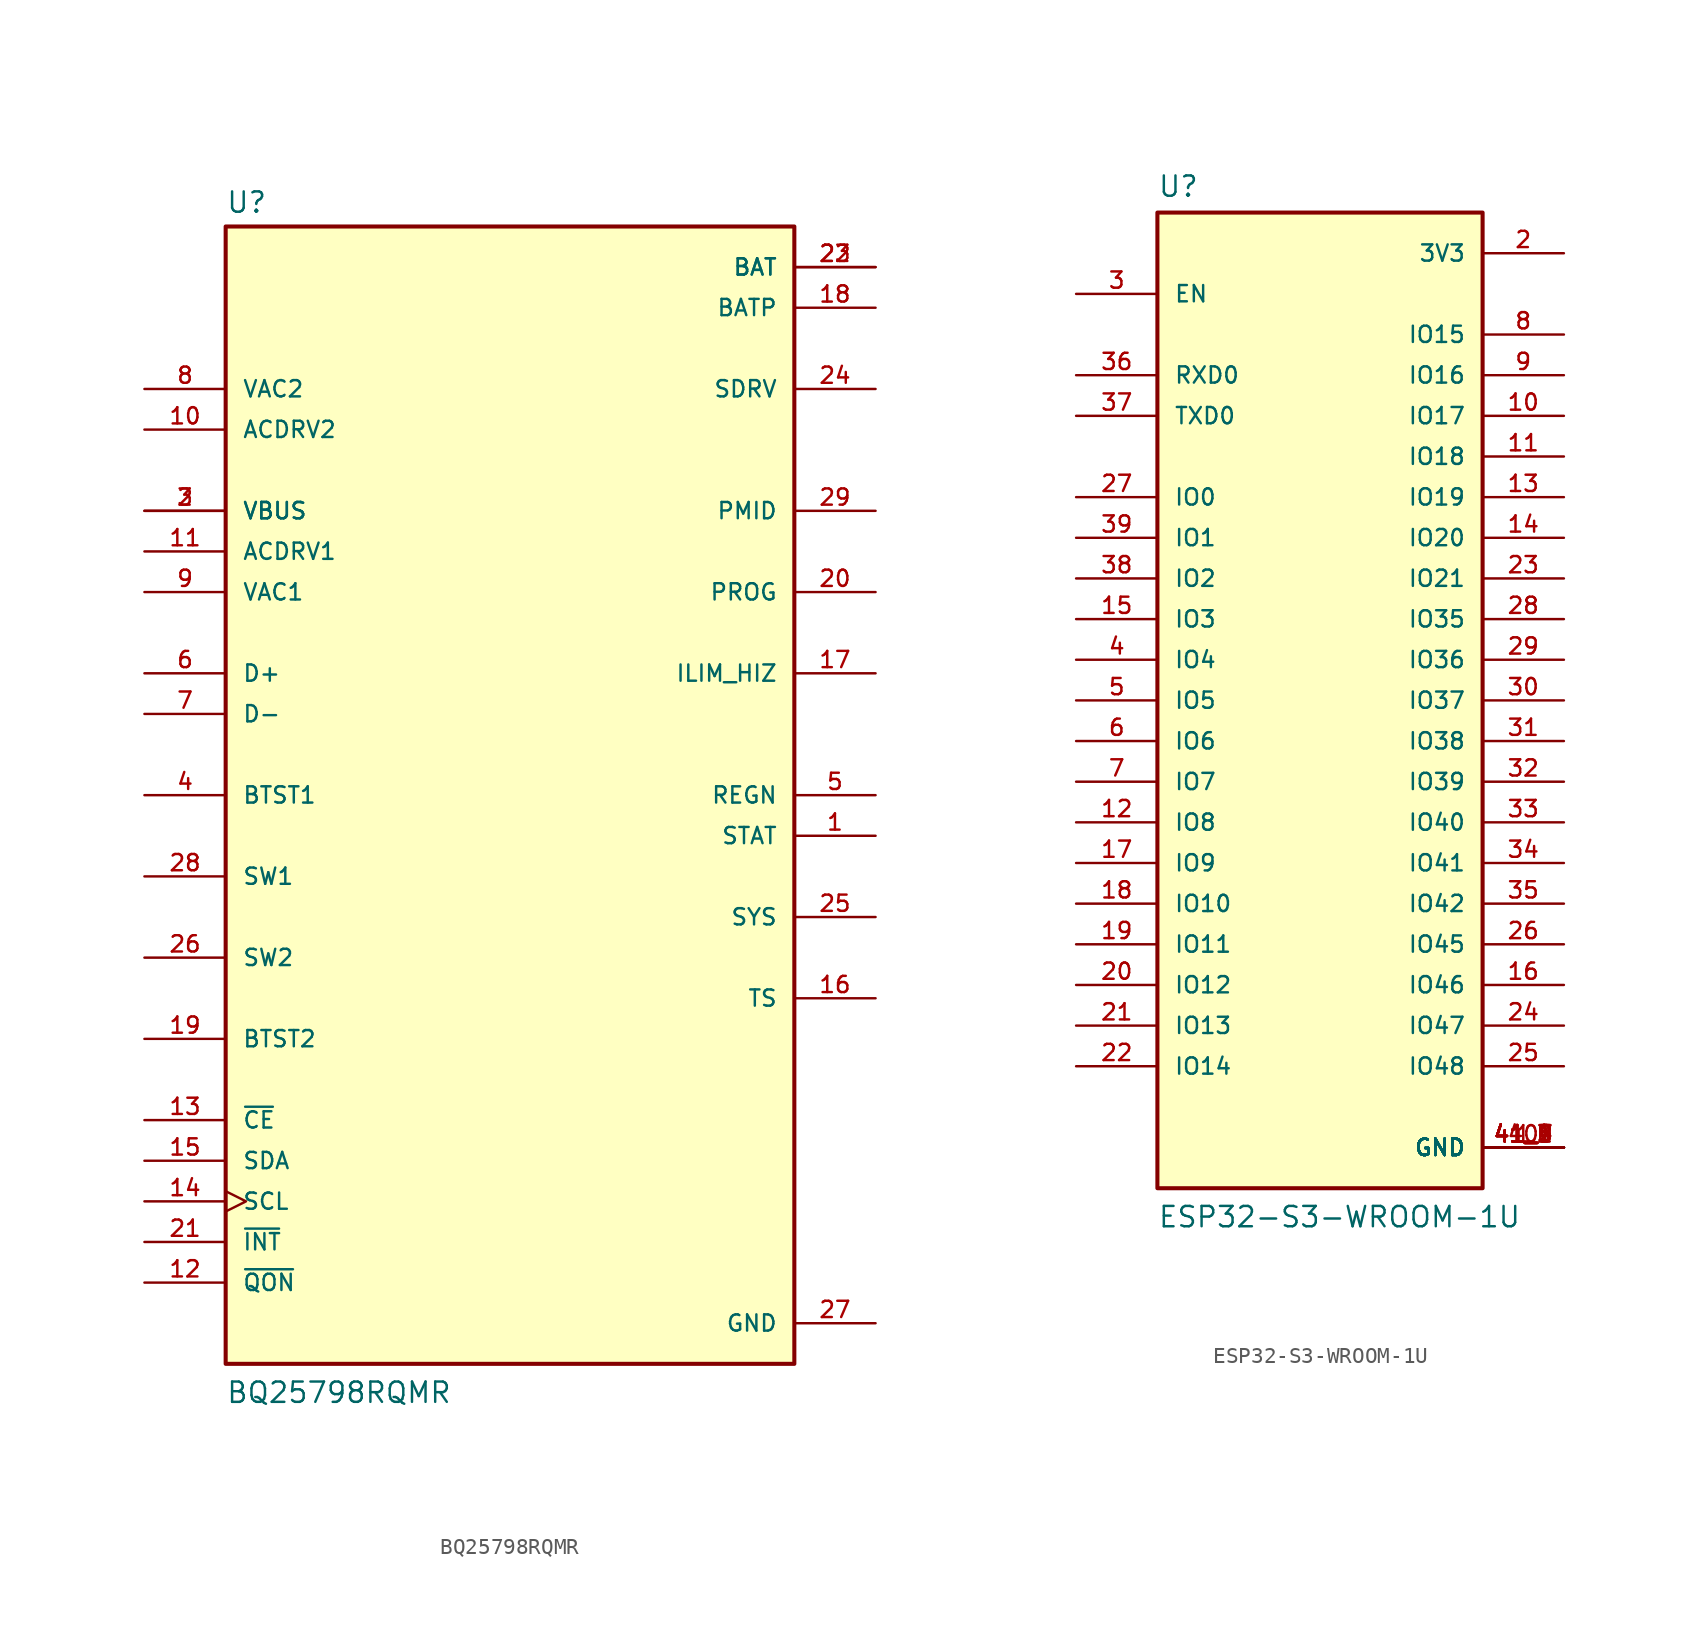
<source format=kicad_sym>
(kicad_symbol_lib
  (version 20231120)
  (generator "kicad_symbol_editor")
  (generator_version "8.0")
  (symbol "BQ25798RQMR"
    (pin_names
      (offset 1.016))
    (property "Reference" "U"
      (at 11.43 79.502 0)
      (effects (font (size 1.27 1.27)) (justify left bottom)))
    (property "Value" "BQ25798RQMR"
      (at 11.43 5.08 0)
      (effects (font (size 1.27 1.27)) (justify left bottom)))
    (symbol "BQ25798RQMR_0_0"
      (rectangle (start 11.43 78.74) (end 46.99 7.62) (stroke (width 0.254) (type default)) (fill (type background)))
      (pin output line (at 52.07 40.64 180) (length 5.08) (name "STAT" (effects (font (size 1.016 1.016)))) (number "1" (effects (font (size 1.016 1.016)))))
      (pin input line (at 6.35 66.04 0) (length 5.08) (name "ACDRV2" (effects (font (size 1.016 1.016)))) (number "10" (effects (font (size 1.016 1.016)))))
      (pin input line (at 6.35 58.42 0) (length 5.08) (name "ACDRV1" (effects (font (size 1.016 1.016)))) (number "11" (effects (font (size 1.016 1.016)))))
      (pin input line (at 6.35 12.7 0) (length 5.08) (name "~{QON}" (effects (font (size 1.016 1.016)))) (number "12" (effects (font (size 1.016 1.016)))))
      (pin input line (at 6.35 22.86 0) (length 5.08) (name "~{CE}" (effects (font (size 1.016 1.016)))) (number "13" (effects (font (size 1.016 1.016)))))
      (pin input clock (at 6.35 17.78 0) (length 5.08) (name "SCL" (effects (font (size 1.016 1.016)))) (number "14" (effects (font (size 1.016 1.016)))))
      (pin bidirectional line (at 6.35 20.32 0) (length 5.08) (name "SDA" (effects (font (size 1.016 1.016)))) (number "15" (effects (font (size 1.016 1.016)))))
      (pin input line (at 52.07 30.48 180) (length 5.08) (name "TS" (effects (font (size 1.016 1.016)))) (number "16" (effects (font (size 1.016 1.016)))))
      (pin input line (at 52.07 50.8 180) (length 5.08) (name "ILIM_HIZ" (effects (font (size 1.016 1.016)))) (number "17" (effects (font (size 1.016 1.016)))))
      (pin power_in line (at 52.07 73.66 180) (length 5.08) (name "BATP" (effects (font (size 1.016 1.016)))) (number "18" (effects (font (size 1.016 1.016)))))
      (pin output line (at 6.35 27.94 0) (length 5.08) (name "BTST2" (effects (font (size 1.016 1.016)))) (number "19" (effects (font (size 1.016 1.016)))))
      (pin input line (at 6.35 60.96 0) (length 5.08) (name "VBUS" (effects (font (size 1.016 1.016)))) (number "2" (effects (font (size 1.016 1.016)))))
      (pin input line (at 52.07 55.88 180) (length 5.08) (name "PROG" (effects (font (size 1.016 1.016)))) (number "20" (effects (font (size 1.016 1.016)))))
      (pin output line (at 6.35 15.24 0) (length 5.08) (name "~{INT}" (effects (font (size 1.016 1.016)))) (number "21" (effects (font (size 1.016 1.016)))))
      (pin power_in line (at 52.07 76.2 180) (length 5.08) (name "BAT" (effects (font (size 1.016 1.016)))) (number "22" (effects (font (size 1.016 1.016)))))
      (pin power_in line (at 52.07 76.2 180) (length 5.08) (name "BAT" (effects (font (size 1.016 1.016)))) (number "23" (effects (font (size 1.016 1.016)))))
      (pin output line (at 52.07 68.58 180) (length 5.08) (name "SDRV" (effects (font (size 1.016 1.016)))) (number "24" (effects (font (size 1.016 1.016)))))
      (pin output line (at 52.07 35.56 180) (length 5.08) (name "SYS" (effects (font (size 1.016 1.016)))) (number "25" (effects (font (size 1.016 1.016)))))
      (pin passive line (at 6.35 33.02 0) (length 5.08) (name "SW2" (effects (font (size 1.016 1.016)))) (number "26" (effects (font (size 1.016 1.016)))))
      (pin power_in line (at 52.07 10.16 180) (length 5.08) (name "GND" (effects (font (size 1.016 1.016)))) (number "27" (effects (font (size 1.016 1.016)))))
      (pin passive line (at 6.35 38.1 0) (length 5.08) (name "SW1" (effects (font (size 1.016 1.016)))) (number "28" (effects (font (size 1.016 1.016)))))
      (pin passive line (at 52.07 60.96 180) (length 5.08) (name "PMID" (effects (font (size 1.016 1.016)))) (number "29" (effects (font (size 1.016 1.016)))))
      (pin input line (at 6.35 60.96 0) (length 5.08) (name "VBUS" (effects (font (size 1.016 1.016)))) (number "3" (effects (font (size 1.016 1.016)))))
      (pin input line (at 6.35 43.18 0) (length 5.08) (name "BTST1" (effects (font (size 1.016 1.016)))) (number "4" (effects (font (size 1.016 1.016)))))
      (pin output line (at 52.07 43.18 180) (length 5.08) (name "REGN" (effects (font (size 1.016 1.016)))) (number "5" (effects (font (size 1.016 1.016)))))
      (pin bidirectional line (at 6.35 50.8 0) (length 5.08) (name "D+" (effects (font (size 1.016 1.016)))) (number "6" (effects (font (size 1.016 1.016)))))
      (pin bidirectional line (at 6.35 48.26 0) (length 5.08) (name "D-" (effects (font (size 1.016 1.016)))) (number "7" (effects (font (size 1.016 1.016)))))
      (pin input line (at 6.35 68.58 0) (length 5.08) (name "VAC2" (effects (font (size 1.016 1.016)))) (number "8" (effects (font (size 1.016 1.016)))))
      (pin input line (at 6.35 55.88 0) (length 5.08) (name "VAC1" (effects (font (size 1.016 1.016)))) (number "9" (effects (font (size 1.016 1.016)))))))
  (symbol "ESP32-S3-WROOM-1U"
    (pin_names
      (offset 1.016))
    (property "Reference" "U"
      (at -10.16 31.369 0)
      (effects (font (size 1.27 1.27)) (justify left bottom)))
    (property "Value" "ESP32-S3-WROOM-1U"
      (at -10.16 -33.02 0)
      (effects (font (size 1.27 1.27)) (justify left bottom)))
    (symbol "ESP32-S3-WROOM-1U_0_0"
      (rectangle (start -10.16 -30.48) (end 10.16 30.48) (stroke (width 0.254) (type default)) (fill (type background)))
      (pin power_in line (at 15.24 -27.94 180) (length 5.08) (name "GND" (effects (font (size 1.016 1.016)))) (number "1" (effects (font (size 1.016 1.016)))))
      (pin bidirectional line (at 15.24 17.78 180) (length 5.08) (name "IO17" (effects (font (size 1.016 1.016)))) (number "10" (effects (font (size 1.016 1.016)))))
      (pin bidirectional line (at 15.24 15.24 180) (length 5.08) (name "IO18" (effects (font (size 1.016 1.016)))) (number "11" (effects (font (size 1.016 1.016)))))
      (pin bidirectional line (at -15.24 -7.62 0) (length 5.08) (name "IO8" (effects (font (size 1.016 1.016)))) (number "12" (effects (font (size 1.016 1.016)))))
      (pin bidirectional line (at 15.24 12.7 180) (length 5.08) (name "IO19" (effects (font (size 1.016 1.016)))) (number "13" (effects (font (size 1.016 1.016)))))
      (pin bidirectional line (at 15.24 10.16 180) (length 5.08) (name "IO20" (effects (font (size 1.016 1.016)))) (number "14" (effects (font (size 1.016 1.016)))))
      (pin bidirectional line (at -15.24 5.08 0) (length 5.08) (name "IO3" (effects (font (size 1.016 1.016)))) (number "15" (effects (font (size 1.016 1.016)))))
      (pin bidirectional line (at 15.24 -17.78 180) (length 5.08) (name "IO46" (effects (font (size 1.016 1.016)))) (number "16" (effects (font (size 1.016 1.016)))))
      (pin bidirectional line (at -15.24 -10.16 0) (length 5.08) (name "IO9" (effects (font (size 1.016 1.016)))) (number "17" (effects (font (size 1.016 1.016)))))
      (pin bidirectional line (at -15.24 -12.7 0) (length 5.08) (name "IO10" (effects (font (size 1.016 1.016)))) (number "18" (effects (font (size 1.016 1.016)))))
      (pin bidirectional line (at -15.24 -15.24 0) (length 5.08) (name "IO11" (effects (font (size 1.016 1.016)))) (number "19" (effects (font (size 1.016 1.016)))))
      (pin power_in line (at 15.24 27.94 180) (length 5.08) (name "3V3" (effects (font (size 1.016 1.016)))) (number "2" (effects (font (size 1.016 1.016)))))
      (pin bidirectional line (at -15.24 -17.78 0) (length 5.08) (name "IO12" (effects (font (size 1.016 1.016)))) (number "20" (effects (font (size 1.016 1.016)))))
      (pin bidirectional line (at -15.24 -20.32 0) (length 5.08) (name "IO13" (effects (font (size 1.016 1.016)))) (number "21" (effects (font (size 1.016 1.016)))))
      (pin bidirectional line (at -15.24 -22.86 0) (length 5.08) (name "IO14" (effects (font (size 1.016 1.016)))) (number "22" (effects (font (size 1.016 1.016)))))
      (pin bidirectional line (at 15.24 7.62 180) (length 5.08) (name "IO21" (effects (font (size 1.016 1.016)))) (number "23" (effects (font (size 1.016 1.016)))))
      (pin bidirectional line (at 15.24 -20.32 180) (length 5.08) (name "IO47" (effects (font (size 1.016 1.016)))) (number "24" (effects (font (size 1.016 1.016)))))
      (pin bidirectional line (at 15.24 -22.86 180) (length 5.08) (name "IO48" (effects (font (size 1.016 1.016)))) (number "25" (effects (font (size 1.016 1.016)))))
      (pin bidirectional line (at 15.24 -15.24 180) (length 5.08) (name "IO45" (effects (font (size 1.016 1.016)))) (number "26" (effects (font (size 1.016 1.016)))))
      (pin bidirectional line (at -15.24 12.7 0) (length 5.08) (name "IO0" (effects (font (size 1.016 1.016)))) (number "27" (effects (font (size 1.016 1.016)))))
      (pin bidirectional line (at 15.24 5.08 180) (length 5.08) (name "IO35" (effects (font (size 1.016 1.016)))) (number "28" (effects (font (size 1.016 1.016)))))
      (pin bidirectional line (at 15.24 2.54 180) (length 5.08) (name "IO36" (effects (font (size 1.016 1.016)))) (number "29" (effects (font (size 1.016 1.016)))))
      (pin input line (at -15.24 25.4 0) (length 5.08) (name "EN" (effects (font (size 1.016 1.016)))) (number "3" (effects (font (size 1.016 1.016)))))
      (pin bidirectional line (at 15.24 0 180) (length 5.08) (name "IO37" (effects (font (size 1.016 1.016)))) (number "30" (effects (font (size 1.016 1.016)))))
      (pin bidirectional line (at 15.24 -2.54 180) (length 5.08) (name "IO38" (effects (font (size 1.016 1.016)))) (number "31" (effects (font (size 1.016 1.016)))))
      (pin bidirectional line (at 15.24 -5.08 180) (length 5.08) (name "IO39" (effects (font (size 1.016 1.016)))) (number "32" (effects (font (size 1.016 1.016)))))
      (pin bidirectional line (at 15.24 -7.62 180) (length 5.08) (name "IO40" (effects (font (size 1.016 1.016)))) (number "33" (effects (font (size 1.016 1.016)))))
      (pin bidirectional line (at 15.24 -10.16 180) (length 5.08) (name "IO41" (effects (font (size 1.016 1.016)))) (number "34" (effects (font (size 1.016 1.016)))))
      (pin bidirectional line (at 15.24 -12.7 180) (length 5.08) (name "IO42" (effects (font (size 1.016 1.016)))) (number "35" (effects (font (size 1.016 1.016)))))
      (pin bidirectional line (at -15.24 20.32 0) (length 5.08) (name "RXD0" (effects (font (size 1.016 1.016)))) (number "36" (effects (font (size 1.016 1.016)))))
      (pin bidirectional line (at -15.24 17.78 0) (length 5.08) (name "TXD0" (effects (font (size 1.016 1.016)))) (number "37" (effects (font (size 1.016 1.016)))))
      (pin bidirectional line (at -15.24 7.62 0) (length 5.08) (name "IO2" (effects (font (size 1.016 1.016)))) (number "38" (effects (font (size 1.016 1.016)))))
      (pin bidirectional line (at -15.24 10.16 0) (length 5.08) (name "IO1" (effects (font (size 1.016 1.016)))) (number "39" (effects (font (size 1.016 1.016)))))
      (pin bidirectional line (at -15.24 2.54 0) (length 5.08) (name "IO4" (effects (font (size 1.016 1.016)))) (number "4" (effects (font (size 1.016 1.016)))))
      (pin power_in line (at 15.24 -27.94 180) (length 5.08) (name "GND" (effects (font (size 1.016 1.016)))) (number "40" (effects (font (size 1.016 1.016)))))
      (pin power_in line (at 15.24 -27.94 180) (length 5.08) (name "GND" (effects (font (size 1.016 1.016)))) (number "41_1" (effects (font (size 1.016 1.016)))))
      (pin power_in line (at 15.24 -27.94 180) (length 5.08) (name "GND" (effects (font (size 1.016 1.016)))) (number "41_2" (effects (font (size 1.016 1.016)))))
      (pin power_in line (at 15.24 -27.94 180) (length 5.08) (name "GND" (effects (font (size 1.016 1.016)))) (number "41_3" (effects (font (size 1.016 1.016)))))
      (pin power_in line (at 15.24 -27.94 180) (length 5.08) (name "GND" (effects (font (size 1.016 1.016)))) (number "41_4" (effects (font (size 1.016 1.016)))))
      (pin power_in line (at 15.24 -27.94 180) (length 5.08) (name "GND" (effects (font (size 1.016 1.016)))) (number "41_5" (effects (font (size 1.016 1.016)))))
      (pin power_in line (at 15.24 -27.94 180) (length 5.08) (name "GND" (effects (font (size 1.016 1.016)))) (number "41_6" (effects (font (size 1.016 1.016)))))
      (pin power_in line (at 15.24 -27.94 180) (length 5.08) (name "GND" (effects (font (size 1.016 1.016)))) (number "41_7" (effects (font (size 1.016 1.016)))))
      (pin power_in line (at 15.24 -27.94 180) (length 5.08) (name "GND" (effects (font (size 1.016 1.016)))) (number "41_8" (effects (font (size 1.016 1.016)))))
      (pin power_in line (at 15.24 -27.94 180) (length 5.08) (name "GND" (effects (font (size 1.016 1.016)))) (number "41_9" (effects (font (size 1.016 1.016)))))
      (pin bidirectional line (at -15.24 0 0) (length 5.08) (name "IO5" (effects (font (size 1.016 1.016)))) (number "5" (effects (font (size 1.016 1.016)))))
      (pin bidirectional line (at -15.24 -2.54 0) (length 5.08) (name "IO6" (effects (font (size 1.016 1.016)))) (number "6" (effects (font (size 1.016 1.016)))))
      (pin bidirectional line (at -15.24 -5.08 0) (length 5.08) (name "IO7" (effects (font (size 1.016 1.016)))) (number "7" (effects (font (size 1.016 1.016)))))
      (pin bidirectional line (at 15.24 22.86 180) (length 5.08) (name "IO15" (effects (font (size 1.016 1.016)))) (number "8" (effects (font (size 1.016 1.016)))))
      (pin bidirectional line (at 15.24 20.32 180) (length 5.08) (name "IO16" (effects (font (size 1.016 1.016)))) (number "9" (effects (font (size 1.016 1.016))))))))
</source>
